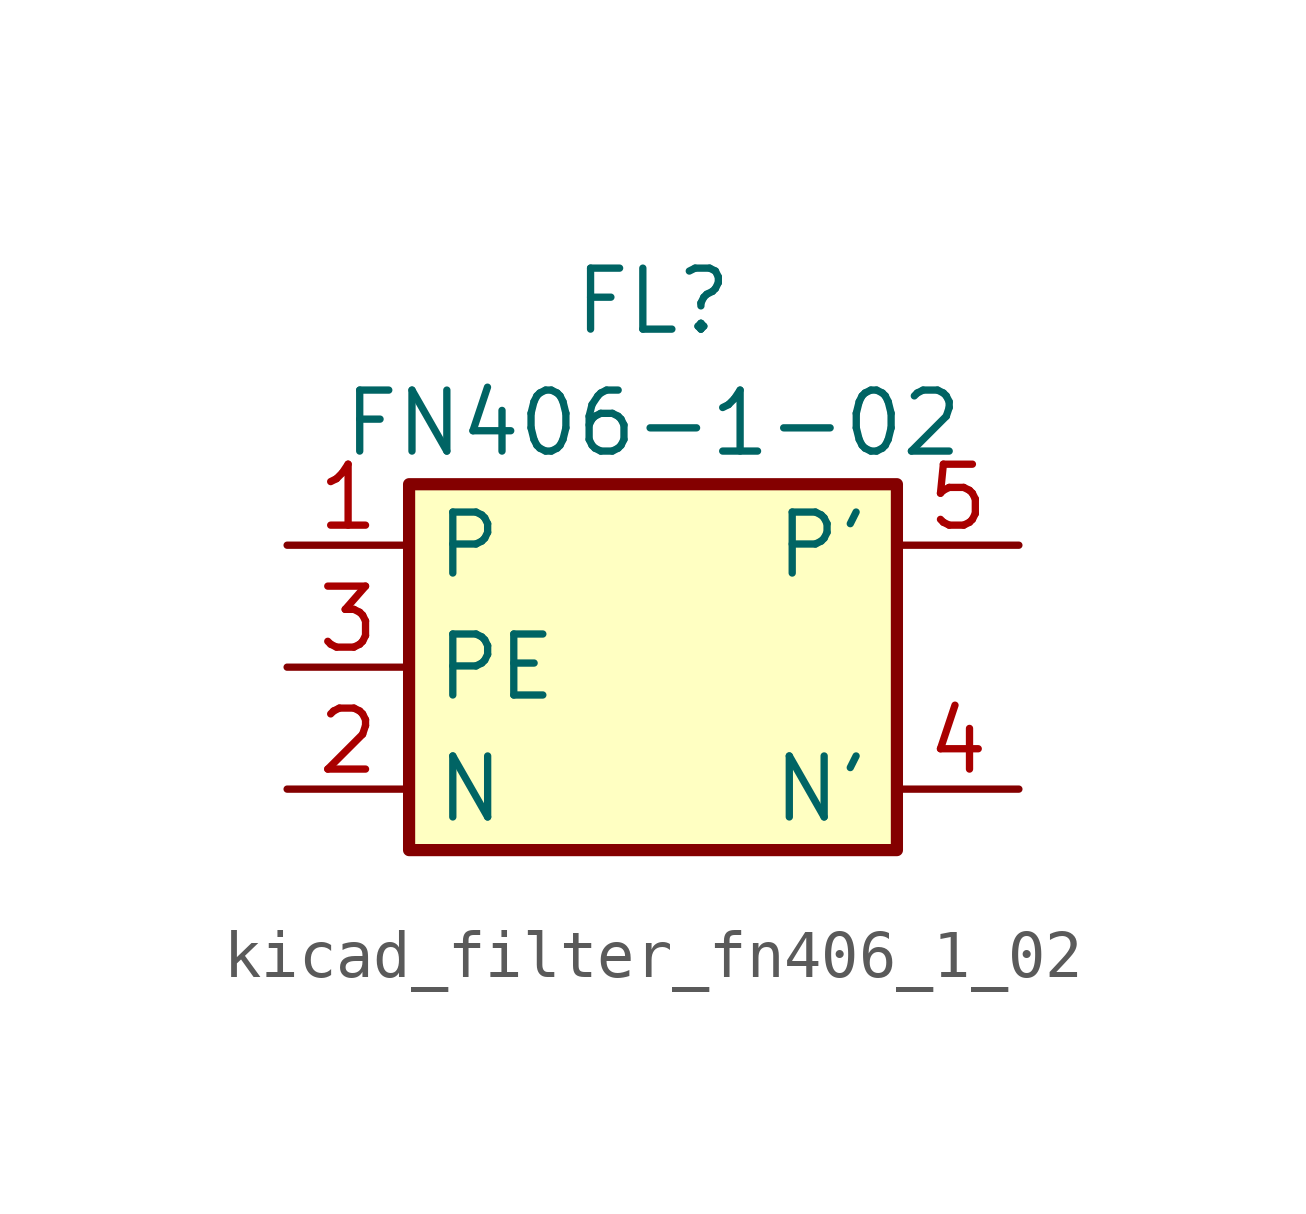
<source format=kicad_sym>
(kicad_symbol_lib
  (version 20220914)
  (generator kicad_symbol_editor)
  (symbol "kicad_filter_fn406_1_02"
    (property "Reference" "FL"
      (at 0 7.62 0)
      (effects (font (size 1.27 1.27))))
    (property "Value" "FN406-1-02"
      (at 0 5.08 0)
      (effects (font (size 1.27 1.27))))
    (symbol "kicad_filter_fn406_1_02_0_1"
      (rectangle (start -5.08 3.81) (end 5.08 -3.81) (stroke (width 0.254) (type default)) (fill (type background))))
    (symbol "kicad_filter_fn406_1_02_1_1"
      (pin passive line (at -7.62 2.54 0) (length 2.54) (name "P" (effects (font (size 1.27 1.27)))) (number "1" (effects (font (size 1.27 1.27)))))
      (pin passive line (at -7.62 -2.54 0) (length 2.54) (name "N" (effects (font (size 1.27 1.27)))) (number "2" (effects (font (size 1.27 1.27)))))
      (pin passive line (at -7.62 0 0) (length 2.54) (name "PE" (effects (font (size 1.27 1.27)))) (number "3" (effects (font (size 1.27 1.27)))))
      (pin passive line (at 7.62 -2.54 180) (length 2.54) (name "N'" (effects (font (size 1.27 1.27)))) (number "4" (effects (font (size 1.27 1.27)))))
      (pin passive line (at 7.62 2.54 180) (length 2.54) (name "P'" (effects (font (size 1.27 1.27)))) (number "5" (effects (font (size 1.27 1.27))))))))
</source>
